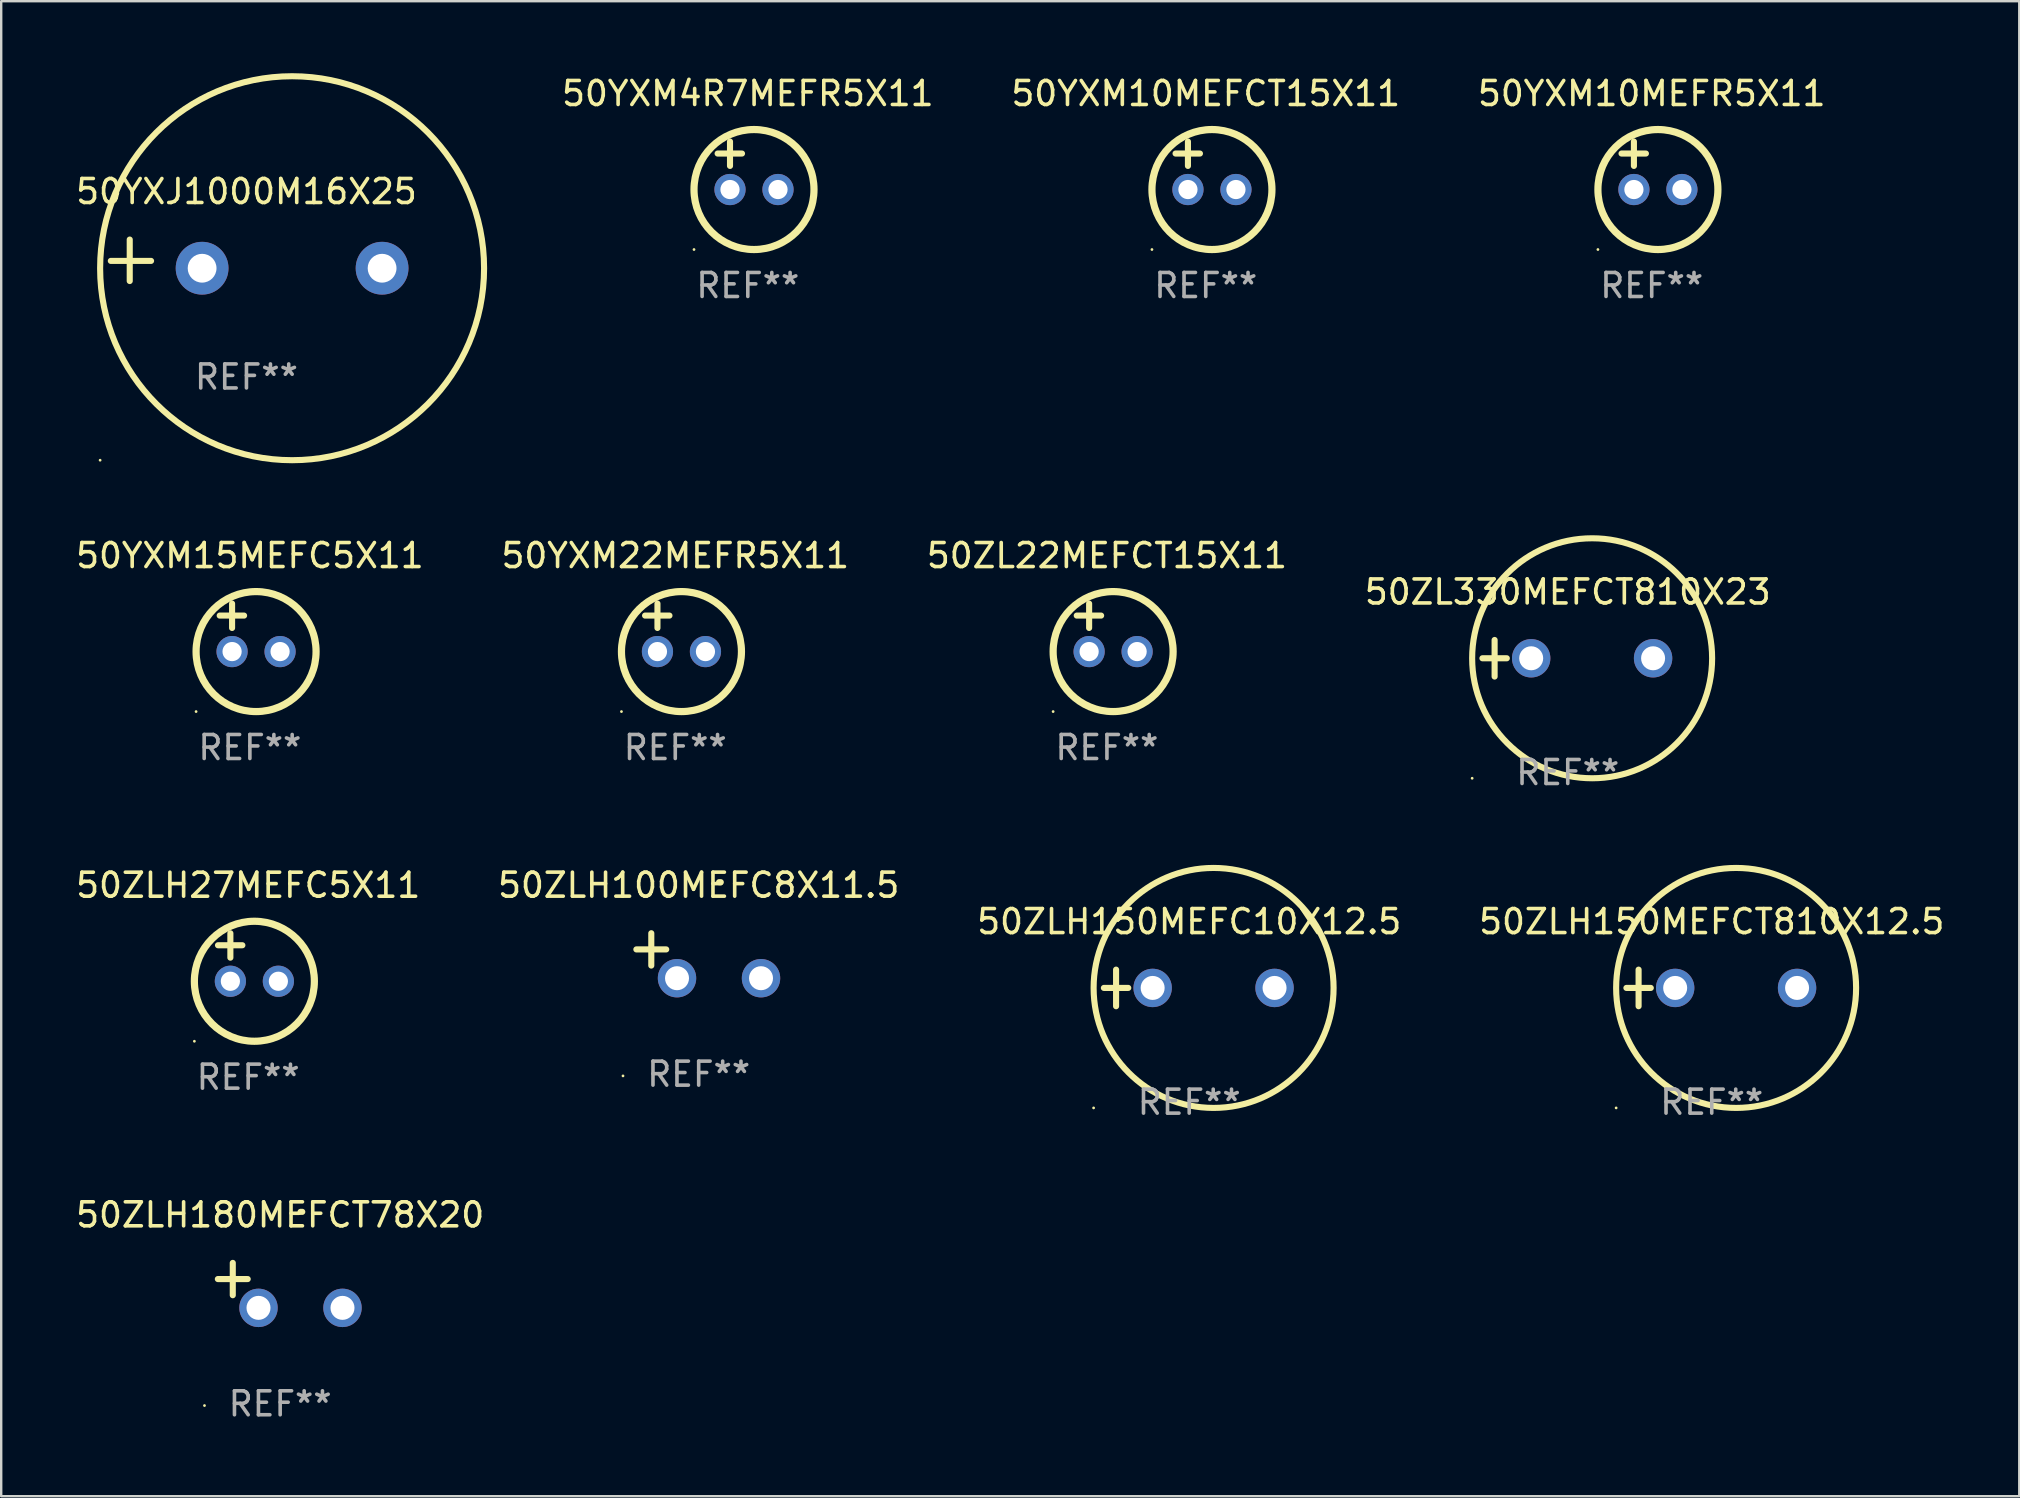
<source format=kicad_pcb>
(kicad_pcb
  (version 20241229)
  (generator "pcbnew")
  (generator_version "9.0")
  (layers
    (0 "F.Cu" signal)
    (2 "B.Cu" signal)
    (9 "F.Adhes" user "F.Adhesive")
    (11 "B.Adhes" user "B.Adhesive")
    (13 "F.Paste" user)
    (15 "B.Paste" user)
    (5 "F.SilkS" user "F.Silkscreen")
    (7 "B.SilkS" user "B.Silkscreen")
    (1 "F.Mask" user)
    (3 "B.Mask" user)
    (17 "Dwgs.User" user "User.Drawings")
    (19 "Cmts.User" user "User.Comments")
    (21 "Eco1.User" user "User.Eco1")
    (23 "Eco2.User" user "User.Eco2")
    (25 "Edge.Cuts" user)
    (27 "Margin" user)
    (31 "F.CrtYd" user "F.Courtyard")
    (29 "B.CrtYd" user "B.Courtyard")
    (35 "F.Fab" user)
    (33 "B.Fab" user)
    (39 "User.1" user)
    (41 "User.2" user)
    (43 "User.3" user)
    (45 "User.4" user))
  (footprint "50ZLH150MEFC10X12.5"
    (layer "F.Cu")
    (at 46.506 38.118)
    (property "Reference" "50ZLH150MEFC10X12.5" (at 0 -2.762 0) (layer "F.SilkS") (effects (font (size 1 1) (thickness 0.15))))
    (attr through_hole)
    (fp_line (start -3.556 0) (end -2.54 0) (stroke (width 0.254) (type solid)) (layer "F.SilkS"))
    (fp_line (start -3.048 -0.762) (end -3.048 0.762) (stroke (width 0.254) (type solid)) (layer "F.SilkS"))
    (fp_circle (center -3.984 5) (end -3.954 5) (stroke (width 0.06) (type solid)) (fill no) (layer "F.SilkS"))
    (fp_circle (center 1.016 0) (end 6.016 0) (stroke (width 0.254) (type solid)) (fill no) (layer "F.SilkS"))
    (fp_text user "REF**" (at 0 4.762 0) (layer "F.Fab") (effects (font (size 1 1) (thickness 0.15))))
    (pad "1" thru_hole circle (at -1.524 0) (size 1.6 1.6) (drill 1) (layers "*.Cu" "*.Mask"))
    (pad "2" thru_hole circle (at 3.556 0) (size 1.6 1.6) (drill 1) (layers "*.Cu" "*.Mask")))
  (footprint "50ZLH150MEFCT810X12.5"
    (layer "F.Cu")
    (at 68.28 38.118)
    (property "Reference" "50ZLH150MEFCT810X12.5" (at 0 -2.762 0) (layer "F.SilkS") (effects (font (size 1 1) (thickness 0.15))))
    (attr through_hole)
    (fp_line (start -3.556 0) (end -2.54 0) (stroke (width 0.254) (type solid)) (layer "F.SilkS"))
    (fp_line (start -3.048 -0.762) (end -3.048 0.762) (stroke (width 0.254) (type solid)) (layer "F.SilkS"))
    (fp_circle (center -3.984 5) (end -3.954 5) (stroke (width 0.06) (type solid)) (fill no) (layer "F.SilkS"))
    (fp_circle (center 1.016 0) (end 6.016 0) (stroke (width 0.254) (type solid)) (fill no) (layer "F.SilkS"))
    (fp_text user "REF**" (at 0 4.762 0) (layer "F.Fab") (effects (font (size 1 1) (thickness 0.15))))
    (pad "1" thru_hole circle (at -1.524 0) (size 1.6 1.6) (drill 1) (layers "*.Cu" "*.Mask"))
    (pad "2" thru_hole circle (at 3.556 0) (size 1.6 1.6) (drill 1) (layers "*.Cu" "*.Mask")))
  (footprint "50ZL330MEFCT810X23"
    (layer "F.Cu")
    (at 62.28 24.381)
    (property "Reference" "50ZL330MEFCT810X23" (at 0 -2.762 0) (layer "F.SilkS") (effects (font (size 1 1) (thickness 0.15))))
    (attr through_hole)
    (fp_line (start -3.556 0) (end -2.54 0) (stroke (width 0.254) (type solid)) (layer "F.SilkS"))
    (fp_line (start -3.048 -0.762) (end -3.048 0.762) (stroke (width 0.254) (type solid)) (layer "F.SilkS"))
    (fp_circle (center -3.984 5) (end -3.954 5) (stroke (width 0.06) (type solid)) (fill no) (layer "F.SilkS"))
    (fp_circle (center 1.016 0) (end 6.016 0) (stroke (width 0.254) (type solid)) (fill no) (layer "F.SilkS"))
    (fp_text user "REF**" (at 0 4.762 0) (layer "F.Fab") (effects (font (size 1 1) (thickness 0.15))))
    (pad "1" thru_hole circle (at -1.524 0) (size 1.6 1.6) (drill 1) (layers "*.Cu" "*.Mask"))
    (pad "2" thru_hole circle (at 3.556 0) (size 1.6 1.6) (drill 1) (layers "*.Cu" "*.Mask")))
  (footprint "50YXM10MEFR5X11"
    (layer "F.Cu")
    (at 65.779 3.848)
    (property "Reference" "50YXM10MEFR5X11" (at 0 -3 0) (layer "F.SilkS") (effects (font (size 1 1) (thickness 0.15))))
    (attr through_hole)
    (fp_line (start -1.258 -0.5) (end -0.242 -0.5) (stroke (width 0.254) (type solid)) (layer "F.SilkS"))
    (fp_line (start -0.742 -1) (end -0.742 0.016) (stroke (width 0.254) (type solid)) (layer "F.SilkS"))
    (fp_circle (center -2.242 3.5) (end -2.212 3.5) (stroke (width 0.06) (type solid)) (fill no) (layer "F.SilkS"))
    (fp_circle (center 0.258 1) (end 2.758 1) (stroke (width 0.3) (type solid)) (fill no) (layer "F.SilkS"))
    (fp_text user "REF**" (at 0 5 0) (layer "F.Fab") (effects (font (size 1 1) (thickness 0.15))))
    (pad "1" thru_hole circle (at -0.742 1) (size 1.3 1.3) (drill 0.8) (layers "*.Cu" "*.Mask"))
    (pad "2" thru_hole circle (at 1.258 1) (size 1.3 1.3) (drill 0.8) (layers "*.Cu" "*.Mask")))
  (footprint "50YXM4R7MEFR5X11"
    (layer "F.Cu")
    (at 28.112 3.848)
    (property "Reference" "50YXM4R7MEFR5X11" (at 0 -3 0) (layer "F.SilkS") (effects (font (size 1 1) (thickness 0.15))))
    (attr through_hole)
    (fp_line (start -1.258 -0.5) (end -0.242 -0.5) (stroke (width 0.254) (type solid)) (layer "F.SilkS"))
    (fp_line (start -0.742 -1) (end -0.742 0.016) (stroke (width 0.254) (type solid)) (layer "F.SilkS"))
    (fp_circle (center -2.242 3.5) (end -2.212 3.5) (stroke (width 0.06) (type solid)) (fill no) (layer "F.SilkS"))
    (fp_circle (center 0.258 1) (end 2.758 1) (stroke (width 0.3) (type solid)) (fill no) (layer "F.SilkS"))
    (fp_text user "REF**" (at 0 5 0) (layer "F.Fab") (effects (font (size 1 1) (thickness 0.15))))
    (pad "1" thru_hole circle (at -0.742 1) (size 1.3 1.3) (drill 0.8) (layers "*.Cu" "*.Mask"))
    (pad "2" thru_hole circle (at 1.258 1) (size 1.3 1.3) (drill 0.8) (layers "*.Cu" "*.Mask")))
  (footprint "50ZLH180MEFCT78X20"
    (layer "F.Cu")
    (at 8.625 50.513)
    (property "Reference" "50ZLH180MEFCT78X20" (at 0 -2.937 0) (layer "F.SilkS") (effects (font (size 1 1) (thickness 0.15))))
    (attr through_hole)
    (fp_line (start -1.975 0.41) (end -1.975 -0.937) (stroke (width 0.254) (type solid)) (layer "F.SilkS"))
    (fp_line (start -1.353 -0.263) (end -2.597 -0.263) (stroke (width 0.254) (type solid)) (layer "F.SilkS"))
    (fp_arc (start 0.849809 -3.063957) (mid 0.885369 -3.064114) (end 0.920929 -3.063957) (stroke (width 0.254001) (type solid)) (layer "F.SilkS"))
    (fp_circle (center -3.154 5.008) (end -3.124 5.008) (stroke (width 0.06) (type solid)) (fill no) (layer "F.SilkS"))
    (fp_text user "REF**" (at 0 4.937 0) (layer "F.Fab") (effects (font (size 1 1) (thickness 0.15))))
    (pad "1" thru_hole circle (at -0.903 0.937) (size 1.6 1.6) (drill 1) (layers "*.Cu" "*.Mask"))
    (pad "2" thru_hole circle (at 2.597 0.937) (size 1.6 1.6) (drill 1) (layers "*.Cu" "*.Mask")))
  (footprint "50YXM15MEFC5X11"
    (layer "F.Cu")
    (at 7.363 23.102)
    (property "Reference" "50YXM15MEFC5X11" (at 0 -3 0) (layer "F.SilkS") (effects (font (size 1 1) (thickness 0.15))))
    (attr through_hole)
    (fp_line (start -1.258 -0.5) (end -0.242 -0.5) (stroke (width 0.254) (type solid)) (layer "F.SilkS"))
    (fp_line (start -0.742 -1) (end -0.742 0.016) (stroke (width 0.254) (type solid)) (layer "F.SilkS"))
    (fp_circle (center -2.242 3.5) (end -2.212 3.5) (stroke (width 0.06) (type solid)) (fill no) (layer "F.SilkS"))
    (fp_circle (center 0.258 1) (end 2.758 1) (stroke (width 0.3) (type solid)) (fill no) (layer "F.SilkS"))
    (fp_text user "REF**" (at 0 5 0) (layer "F.Fab") (effects (font (size 1 1) (thickness 0.15))))
    (pad "1" thru_hole circle (at -0.742 1) (size 1.3 1.3) (drill 0.8) (layers "*.Cu" "*.Mask"))
    (pad "2" thru_hole circle (at 1.258 1) (size 1.3 1.3) (drill 0.8) (layers "*.Cu" "*.Mask")))
  (footprint "50YXM10MEFCT15X11"
    (layer "F.Cu")
    (at 47.195 3.848)
    (property "Reference" "50YXM10MEFCT15X11" (at 0 -3 0) (layer "F.SilkS") (effects (font (size 1 1) (thickness 0.15))))
    (attr through_hole)
    (fp_line (start -1.258 -0.5) (end -0.242 -0.5) (stroke (width 0.254) (type solid)) (layer "F.SilkS"))
    (fp_line (start -0.742 -1) (end -0.742 0.016) (stroke (width 0.254) (type solid)) (layer "F.SilkS"))
    (fp_circle (center -2.242 3.5) (end -2.212 3.5) (stroke (width 0.06) (type solid)) (fill no) (layer "F.SilkS"))
    (fp_circle (center 0.258 1) (end 2.758 1) (stroke (width 0.3) (type solid)) (fill no) (layer "F.SilkS"))
    (fp_text user "REF**" (at 0 5 0) (layer "F.Fab") (effects (font (size 1 1) (thickness 0.15))))
    (pad "1" thru_hole circle (at -0.742 1) (size 1.3 1.3) (drill 0.8) (layers "*.Cu" "*.Mask"))
    (pad "2" thru_hole circle (at 1.258 1) (size 1.3 1.3) (drill 0.8) (layers "*.Cu" "*.Mask")))
  (footprint "50ZLH27MEFC5X11"
    (layer "F.Cu")
    (at 7.292 36.84)
    (property "Reference" "50ZLH27MEFC5X11" (at 0 -3 0) (layer "F.SilkS") (effects (font (size 1 1) (thickness 0.15))))
    (attr through_hole)
    (fp_line (start -1.258 -0.5) (end -0.242 -0.5) (stroke (width 0.254) (type solid)) (layer "F.SilkS"))
    (fp_line (start -0.742 -1) (end -0.742 0.016) (stroke (width 0.254) (type solid)) (layer "F.SilkS"))
    (fp_circle (center -2.242 3.5) (end -2.212 3.5) (stroke (width 0.06) (type solid)) (fill no) (layer "F.SilkS"))
    (fp_circle (center 0.258 1) (end 2.758 1) (stroke (width 0.3) (type solid)) (fill no) (layer "F.SilkS"))
    (fp_text user "REF**" (at 0 5 0) (layer "F.Fab") (effects (font (size 1 1) (thickness 0.15))))
    (pad "1" thru_hole circle (at -0.742 1) (size 1.3 1.3) (drill 0.8) (layers "*.Cu" "*.Mask"))
    (pad "2" thru_hole circle (at 1.258 1) (size 1.3 1.3) (drill 0.8) (layers "*.Cu" "*.Mask")))
  (footprint "50YXM22MEFR5X11"
    (layer "F.Cu")
    (at 25.089 23.102)
    (property "Reference" "50YXM22MEFR5X11" (at 0 -3 0) (layer "F.SilkS") (effects (font (size 1 1) (thickness 0.15))))
    (attr through_hole)
    (fp_line (start -1.258 -0.5) (end -0.242 -0.5) (stroke (width 0.254) (type solid)) (layer "F.SilkS"))
    (fp_line (start -0.742 -1) (end -0.742 0.016) (stroke (width 0.254) (type solid)) (layer "F.SilkS"))
    (fp_circle (center -2.242 3.5) (end -2.212 3.5) (stroke (width 0.06) (type solid)) (fill no) (layer "F.SilkS"))
    (fp_circle (center 0.258 1) (end 2.758 1) (stroke (width 0.3) (type solid)) (fill no) (layer "F.SilkS"))
    (fp_text user "REF**" (at 0 5 0) (layer "F.Fab") (effects (font (size 1 1) (thickness 0.15))))
    (pad "1" thru_hole circle (at -0.742 1) (size 1.3 1.3) (drill 0.8) (layers "*.Cu" "*.Mask"))
    (pad "2" thru_hole circle (at 1.258 1) (size 1.3 1.3) (drill 0.8) (layers "*.Cu" "*.Mask")))
  (footprint "50ZLH100MEFC8X11.5"
    (layer "F.Cu")
    (at 26.065 36.776)
    (property "Reference" "50ZLH100MEFC8X11.5" (at 0 -2.937 0) (layer "F.SilkS") (effects (font (size 1 1) (thickness 0.15))))
    (attr through_hole)
    (fp_line (start -1.975 0.41) (end -1.975 -0.937) (stroke (width 0.254) (type solid)) (layer "F.SilkS"))
    (fp_line (start -1.353 -0.263) (end -2.597 -0.263) (stroke (width 0.254) (type solid)) (layer "F.SilkS"))
    (fp_arc (start 0.849809 -3.063957) (mid 0.885369 -3.064114) (end 0.920929 -3.063957) (stroke (width 0.254001) (type solid)) (layer "F.SilkS"))
    (fp_circle (center -3.154 5.008) (end -3.124 5.008) (stroke (width 0.06) (type solid)) (fill no) (layer "F.SilkS"))
    (fp_text user "REF**" (at 0 4.937 0) (layer "F.Fab") (effects (font (size 1 1) (thickness 0.15))))
    (pad "1" thru_hole circle (at -0.903 0.937) (size 1.6 1.6) (drill 1) (layers "*.Cu" "*.Mask"))
    (pad "2" thru_hole circle (at 2.597 0.937) (size 1.6 1.6) (drill 1) (layers "*.Cu" "*.Mask")))
  (footprint "50ZL22MEFCT15X11"
    (layer "F.Cu")
    (at 43.077 23.102)
    (property "Reference" "50ZL22MEFCT15X11" (at 0 -3 0) (layer "F.SilkS") (effects (font (size 1 1) (thickness 0.15))))
    (attr through_hole)
    (fp_line (start -1.258 -0.5) (end -0.242 -0.5) (stroke (width 0.254) (type solid)) (layer "F.SilkS"))
    (fp_line (start -0.742 -1) (end -0.742 0.016) (stroke (width 0.254) (type solid)) (layer "F.SilkS"))
    (fp_circle (center -2.242 3.5) (end -2.212 3.5) (stroke (width 0.06) (type solid)) (fill no) (layer "F.SilkS"))
    (fp_circle (center 0.258 1) (end 2.758 1) (stroke (width 0.3) (type solid)) (fill no) (layer "F.SilkS"))
    (fp_text user "REF**" (at 0 5 0) (layer "F.Fab") (effects (font (size 1 1) (thickness 0.15))))
    (pad "1" thru_hole circle (at -0.742 1) (size 1.3 1.3) (drill 0.8) (layers "*.Cu" "*.Mask"))
    (pad "2" thru_hole circle (at 1.258 1) (size 1.3 1.3) (drill 0.8) (layers "*.Cu" "*.Mask")))
  (footprint "50YXJ1000M16X25"
    (layer "F.Cu")
    (at 7.22 7.797)
    (property "Reference" "50YXJ1000M16X25" (at 0 -2.864 0) (layer "F.SilkS") (effects (font (size 1 1) (thickness 0.15))))
    (attr through_hole)
    (fp_line (start -4.864 0.864) (end -4.864 -0.864) (stroke (width 0.254) (type solid)) (layer "F.SilkS"))
    (fp_line (start -3.975 0.025) (end -5.652 0.025) (stroke (width 0.254) (type solid)) (layer "F.SilkS"))
    (fp_circle (center -6.098 8.33) (end -6.068 8.33) (stroke (width 0.06) (type solid)) (fill no) (layer "F.SilkS"))
    (fp_circle (center 1.902 0.33) (end 9.902 0.33) (stroke (width 0.254) (type solid)) (fill no) (layer "F.SilkS"))
    (fp_text user "REF**" (at 0 4.864 0) (layer "F.Fab") (effects (font (size 1 1) (thickness 0.15))))
    (pad "1" thru_hole circle (at -1.848 0.33) (size 2.2 2.2) (drill 1.2) (layers "*.Cu" "*.Mask"))
    (pad "2" thru_hole circle (at 5.652 0.33) (size 2.2 2.2) (drill 1.2) (layers "*.Cu" "*.Mask")))
  (gr_rect
    (start -3 -3)
    (end 81.095 59.298)
    (stroke (width 0.1) (type default))
    (fill no)
    (layer "Edge.Cuts")))
</source>
